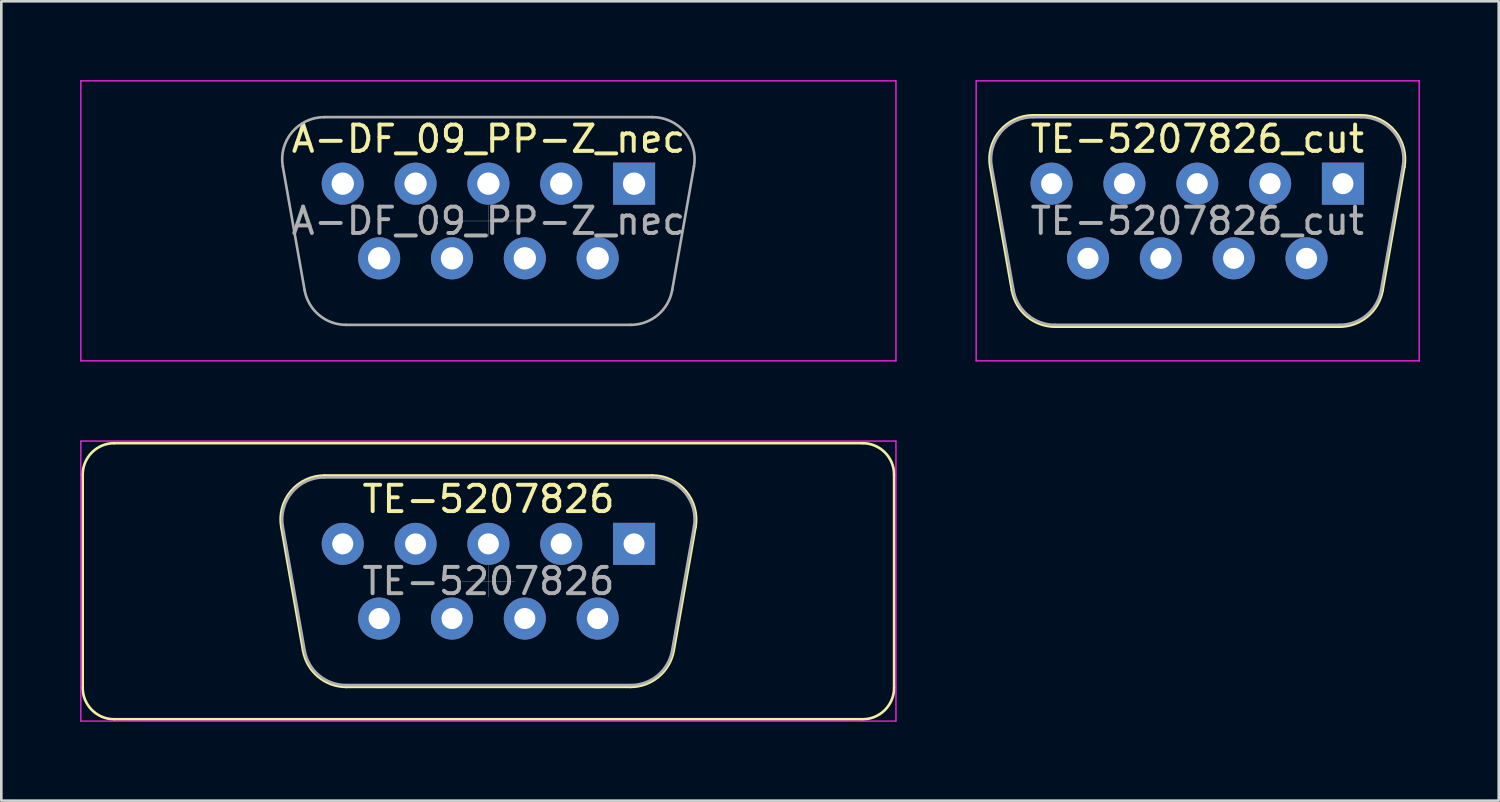
<source format=kicad_pcb>
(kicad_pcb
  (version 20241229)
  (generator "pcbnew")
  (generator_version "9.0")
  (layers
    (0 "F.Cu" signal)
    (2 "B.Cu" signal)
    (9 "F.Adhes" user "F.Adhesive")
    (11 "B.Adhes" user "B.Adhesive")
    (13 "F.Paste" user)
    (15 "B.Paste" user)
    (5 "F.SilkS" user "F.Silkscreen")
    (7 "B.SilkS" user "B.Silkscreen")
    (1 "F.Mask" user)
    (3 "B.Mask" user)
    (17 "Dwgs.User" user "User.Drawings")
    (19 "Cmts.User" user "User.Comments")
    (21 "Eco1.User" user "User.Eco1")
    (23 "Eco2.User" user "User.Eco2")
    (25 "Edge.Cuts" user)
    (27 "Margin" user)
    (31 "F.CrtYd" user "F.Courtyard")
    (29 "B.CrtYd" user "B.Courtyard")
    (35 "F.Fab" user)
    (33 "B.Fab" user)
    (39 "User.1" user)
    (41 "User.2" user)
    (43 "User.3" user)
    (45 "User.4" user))
  (footprint "TE-5207826"
    (layer "F.Cu")
    (at 15.525 19.055)
    (property "Reference" "TE-5207826" (at 0.003 -3.122 180) (layer "F.SilkS") (effects (font (size 1 1) (thickness 0.15))))
    (attr through_hole)
    (fp_line (start -15.43 4.05) (end -15.43 -4.05) (stroke (width 0.1) (type solid)) (layer "F.SilkS"))
    (fp_line (start -14.23 -5.25) (end 14.23 -5.25) (stroke (width 0.1) (type solid)) (layer "F.SilkS"))
    (fp_line (start -14.23 5.25) (end 14.23 5.25) (stroke (width 0.1) (type solid)) (layer "F.SilkS"))
    (fp_line (start -7.866 -2.062) (end -7.038 2.638) (stroke (width 0.12) (type solid)) (layer "F.SilkS"))
    (fp_line (start -6.232 -4.01) (end 6.232 -4.01) (stroke (width 0.12) (type solid)) (layer "F.SilkS"))
    (fp_line (start -5.403 4.01) (end 5.403 4.01) (stroke (width 0.12) (type solid)) (layer "F.SilkS"))
    (fp_line (start 7.866 -2.062) (end 7.038 2.638) (stroke (width 0.12) (type solid)) (layer "F.SilkS"))
    (fp_line (start 15.43 4.05) (end 15.43 -4.05) (stroke (width 0.1) (type solid)) (layer "F.SilkS"))
    (fp_arc (start -15.43 -4.05) (mid -15.078528 -4.898528) (end -14.23 -5.25) (stroke (width 0.1) (type solid)) (layer "F.SilkS"))
    (fp_arc (start -14.23 5.25) (mid -15.078528 4.898528) (end -15.43 4.05) (stroke (width 0.1) (type solid)) (layer "F.SilkS"))
    (fp_arc (start -7.86647 -2.061744) (mid -7.503323 -3.417028) (end -6.231689 -4.01) (stroke (width 0.12) (type solid)) (layer "F.SilkS"))
    (fp_arc (start -5.402952 4.01) (mid -6.469979 3.621634) (end -7.037733 2.638256) (stroke (width 0.12) (type solid)) (layer "F.SilkS"))
    (fp_arc (start 6.231689 -4.01) (mid 7.503323 -3.417027) (end 7.86647 -2.061744) (stroke (width 0.12) (type solid)) (layer "F.SilkS"))
    (fp_arc (start 7.037733 2.638256) (mid 6.46998 3.621634) (end 5.402952 4.01) (stroke (width 0.12) (type solid)) (layer "F.SilkS"))
    (fp_arc (start 14.23 -5.25) (mid 15.078528 -4.898528) (end 15.43 -4.05) (stroke (width 0.1) (type solid)) (layer "F.SilkS"))
    (fp_arc (start 15.43 4.05) (mid 15.078528 4.898528) (end 14.23 5.25) (stroke (width 0.1) (type solid)) (layer "F.SilkS"))
    (fp_line (start -1 0) (end 1 0) (stroke (width 0.01) (type solid)) (layer "Dwgs.User"))
    (fp_line (start 0 -0.6) (end 0 0.6) (stroke (width 0.01) (type solid)) (layer "Dwgs.User"))
    (fp_line (start -15.5 -5.33) (end -15.5 5.32) (stroke (width 0.05) (type solid)) (layer "F.CrtYd"))
    (fp_line (start -15.5 5.32) (end 15.5 5.32) (stroke (width 0.05) (type solid)) (layer "F.CrtYd"))
    (fp_line (start 15.5 -5.33) (end -15.5 -5.33) (stroke (width 0.05) (type solid)) (layer "F.CrtYd"))
    (fp_line (start 15.5 5.32) (end 15.5 -5.33) (stroke (width 0.05) (type solid)) (layer "F.CrtYd"))
    (fp_line (start -7.819 -2.072) (end -6.99 2.628) (stroke (width 0.1) (type solid)) (layer "F.Fab"))
    (fp_line (start -6.243 -3.95) (end 6.243 -3.95) (stroke (width 0.1) (type solid)) (layer "F.Fab"))
    (fp_line (start -5.414 3.95) (end 5.414 3.95) (stroke (width 0.1) (type solid)) (layer "F.Fab"))
    (fp_line (start 7.819 -2.072) (end 6.99 2.628) (stroke (width 0.1) (type solid)) (layer "F.Fab"))
    (fp_arc (start -7.818886 -2.072163) (mid -7.468865 -3.37846) (end -6.243194 -3.95) (stroke (width 0.1) (type solid)) (layer "F.Fab"))
    (fp_arc (start -5.414457 3.95) (mid -6.442917 3.575671) (end -6.990149 2.627837) (stroke (width 0.1) (type solid)) (layer "F.Fab"))
    (fp_arc (start 6.243194 -3.95) (mid 7.468865 -3.37846) (end 7.818886 -2.072163) (stroke (width 0.1) (type solid)) (layer "F.Fab"))
    (fp_arc (start 6.990149 2.627837) (mid 6.442917 3.575671) (end 5.414457 3.95) (stroke (width 0.1) (type solid)) (layer "F.Fab"))
    (fp_text user "${REFERENCE}" (at 0 0 180) (layer "F.Fab") (effects (font (size 1 1) (thickness 0.15))))
    (pad "1" thru_hole rect (at 5.54 -1.42) (size 1.6 1.6) (drill 0.8) (layers "*.Cu" "*.Mask"))
    (pad "2" thru_hole circle (at 2.77 -1.42) (size 1.6 1.6) (drill 0.8) (layers "*.Cu" "*.Mask"))
    (pad "3" thru_hole circle (at 0 -1.42) (size 1.6 1.6) (drill 0.8) (layers "*.Cu" "*.Mask"))
    (pad "4" thru_hole circle (at -2.77 -1.42) (size 1.6 1.6) (drill 0.8) (layers "*.Cu" "*.Mask"))
    (pad "5" thru_hole circle (at -5.54 -1.42) (size 1.6 1.6) (drill 0.8) (layers "*.Cu" "*.Mask"))
    (pad "6" thru_hole circle (at 4.155 1.42) (size 1.6 1.6) (drill 0.8) (layers "*.Cu" "*.Mask"))
    (pad "7" thru_hole circle (at 1.385 1.42) (size 1.6 1.6) (drill 0.8) (layers "*.Cu" "*.Mask"))
    (pad "8" thru_hole circle (at -1.385 1.42) (size 1.6 1.6) (drill 0.8) (layers "*.Cu" "*.Mask"))
    (pad "9" thru_hole circle (at -4.155 1.42) (size 1.6 1.6) (drill 0.8) (layers "*.Cu" "*.Mask")))
  (footprint "TE-5207826_cut"
    (layer "F.Cu")
    (at 42.485 5.355)
    (property "Reference" "TE-5207826_cut" (at 0.003 -3.122 180) (layer "F.SilkS") (effects (font (size 1 1) (thickness 0.15))))
    (attr through_hole)
    (fp_line (start -7.866 -2.062) (end -7.038 2.638) (stroke (width 0.12) (type solid)) (layer "F.SilkS"))
    (fp_line (start -6.232 -4.01) (end 6.232 -4.01) (stroke (width 0.12) (type solid)) (layer "F.SilkS"))
    (fp_line (start -5.403 4.01) (end 5.403 4.01) (stroke (width 0.12) (type solid)) (layer "F.SilkS"))
    (fp_line (start 7.866 -2.062) (end 7.038 2.638) (stroke (width 0.12) (type solid)) (layer "F.SilkS"))
    (fp_arc (start -7.86647 -2.061744) (mid -7.503323 -3.417028) (end -6.231689 -4.01) (stroke (width 0.12) (type solid)) (layer "F.SilkS"))
    (fp_arc (start -5.402952 4.01) (mid -6.469979 3.621634) (end -7.037733 2.638256) (stroke (width 0.12) (type solid)) (layer "F.SilkS"))
    (fp_arc (start 6.231689 -4.01) (mid 7.503323 -3.417027) (end 7.86647 -2.061744) (stroke (width 0.12) (type solid)) (layer "F.SilkS"))
    (fp_arc (start 7.037733 2.638256) (mid 6.46998 3.621634) (end 5.402952 4.01) (stroke (width 0.12) (type solid)) (layer "F.SilkS"))
    (fp_line (start -8.41 -5.33) (end -8.41 5.32) (stroke (width 0.05) (type solid)) (layer "F.CrtYd"))
    (fp_line (start -8.41 5.32) (end 8.44 5.32) (stroke (width 0.05) (type solid)) (layer "F.CrtYd"))
    (fp_line (start 8.44 -5.33) (end -8.41 -5.33) (stroke (width 0.05) (type solid)) (layer "F.CrtYd"))
    (fp_line (start 8.44 5.32) (end 8.44 -5.33) (stroke (width 0.05) (type solid)) (layer "F.CrtYd"))
    (fp_line (start -7.819 -2.072) (end -6.99 2.628) (stroke (width 0.1) (type solid)) (layer "F.Fab"))
    (fp_line (start -6.243 -3.95) (end 6.243 -3.95) (stroke (width 0.1) (type solid)) (layer "F.Fab"))
    (fp_line (start -5.414 3.95) (end 5.414 3.95) (stroke (width 0.1) (type solid)) (layer "F.Fab"))
    (fp_line (start 7.819 -2.072) (end 6.99 2.628) (stroke (width 0.1) (type solid)) (layer "F.Fab"))
    (fp_arc (start -7.818886 -2.072163) (mid -7.468865 -3.37846) (end -6.243194 -3.95) (stroke (width 0.1) (type solid)) (layer "F.Fab"))
    (fp_arc (start -5.414457 3.95) (mid -6.442917 3.575671) (end -6.990149 2.627837) (stroke (width 0.1) (type solid)) (layer "F.Fab"))
    (fp_arc (start 6.243194 -3.95) (mid 7.468865 -3.37846) (end 7.818886 -2.072163) (stroke (width 0.1) (type solid)) (layer "F.Fab"))
    (fp_arc (start 6.990149 2.627837) (mid 6.442917 3.575671) (end 5.414457 3.95) (stroke (width 0.1) (type solid)) (layer "F.Fab"))
    (fp_text user "${REFERENCE}" (at 0 0 180) (layer "F.Fab") (effects (font (size 1 1) (thickness 0.15))))
    (pad "1" thru_hole rect (at 5.54 -1.42) (size 1.6 1.6) (drill 0.8) (layers "*.Cu" "*.Mask"))
    (pad "2" thru_hole circle (at 2.77 -1.42) (size 1.6 1.6) (drill 0.8) (layers "*.Cu" "*.Mask"))
    (pad "3" thru_hole circle (at 0 -1.42) (size 1.6 1.6) (drill 0.8) (layers "*.Cu" "*.Mask"))
    (pad "4" thru_hole circle (at -2.77 -1.42) (size 1.6 1.6) (drill 0.8) (layers "*.Cu" "*.Mask"))
    (pad "5" thru_hole circle (at -5.54 -1.42) (size 1.6 1.6) (drill 0.8) (layers "*.Cu" "*.Mask"))
    (pad "6" thru_hole circle (at 4.155 1.42) (size 1.6 1.6) (drill 0.8) (layers "*.Cu" "*.Mask"))
    (pad "7" thru_hole circle (at 1.385 1.42) (size 1.6 1.6) (drill 0.8) (layers "*.Cu" "*.Mask"))
    (pad "8" thru_hole circle (at -1.385 1.42) (size 1.6 1.6) (drill 0.8) (layers "*.Cu" "*.Mask"))
    (pad "9" thru_hole circle (at -4.155 1.42) (size 1.6 1.6) (drill 0.8) (layers "*.Cu" "*.Mask")))
  (footprint "A-DF_09_PP-Z_nec"
    (layer "F.Cu")
    (at 21.065 3.935)
    (property "Reference" "A-DF_09_PP-Z_nec" (at -5.537 -1.702 180) (layer "F.SilkS") (effects (font (size 1 1) (thickness 0.15))))
    (attr through_hole)
    (fp_line (start -6.54 1.42) (end -4.54 1.42) (stroke (width 0.01) (type solid)) (layer "Dwgs.User"))
    (fp_line (start -5.54 0.82) (end -5.54 2.02) (stroke (width 0.01) (type solid)) (layer "Dwgs.User"))
    (fp_line (start -21.04 -3.91) (end -21.04 6.74) (stroke (width 0.05) (type solid)) (layer "F.CrtYd"))
    (fp_line (start -21.04 6.74) (end 9.96 6.74) (stroke (width 0.05) (type solid)) (layer "F.CrtYd"))
    (fp_line (start 9.96 -3.91) (end -21.04 -3.91) (stroke (width 0.05) (type solid)) (layer "F.CrtYd"))
    (fp_line (start 9.96 6.74) (end 9.96 -3.91) (stroke (width 0.05) (type solid)) (layer "F.CrtYd"))
    (fp_line (start -13.359 -0.652) (end -12.53 4.048) (stroke (width 0.1) (type solid)) (layer "F.Fab"))
    (fp_line (start -11.783 -2.53) (end 0.703 -2.53) (stroke (width 0.1) (type solid)) (layer "F.Fab"))
    (fp_line (start -10.954 5.37) (end -0.126 5.37) (stroke (width 0.1) (type solid)) (layer "F.Fab"))
    (fp_line (start 2.279 -0.652) (end 1.45 4.048) (stroke (width 0.1) (type solid)) (layer "F.Fab"))
    (fp_arc (start -13.358886 -0.652163) (mid -13.008865 -1.95846) (end -11.783194 -2.53) (stroke (width 0.1) (type solid)) (layer "F.Fab"))
    (fp_arc (start -10.954457 5.37) (mid -11.982917 4.995671) (end -12.530149 4.047837) (stroke (width 0.1) (type solid)) (layer "F.Fab"))
    (fp_arc (start 0.703194 -2.53) (mid 1.928865 -1.95846) (end 2.278886 -0.652163) (stroke (width 0.1) (type solid)) (layer "F.Fab"))
    (fp_arc (start 1.450149 4.047837) (mid 0.902917 4.995671) (end -0.125543 5.37) (stroke (width 0.1) (type solid)) (layer "F.Fab"))
    (fp_text user "${REFERENCE}" (at -5.54 1.42 180) (layer "F.Fab") (effects (font (size 1 1) (thickness 0.15))))
    (pad "1" thru_hole rect (at 0 0) (size 1.6 1.6) (drill 0.85) (layers "*.Cu" "*.Mask"))
    (pad "2" thru_hole circle (at -2.77 0) (size 1.6 1.6) (drill 0.85) (layers "*.Cu" "*.Mask"))
    (pad "3" thru_hole circle (at -5.54 0) (size 1.6 1.6) (drill 0.85) (layers "*.Cu" "*.Mask"))
    (pad "4" thru_hole circle (at -8.31 0) (size 1.6 1.6) (drill 0.85) (layers "*.Cu" "*.Mask"))
    (pad "5" thru_hole circle (at -11.08 0) (size 1.6 1.6) (drill 0.85) (layers "*.Cu" "*.Mask"))
    (pad "6" thru_hole circle (at -1.385 2.84) (size 1.6 1.6) (drill 0.85) (layers "*.Cu" "*.Mask"))
    (pad "7" thru_hole circle (at -4.155 2.84) (size 1.6 1.6) (drill 0.85) (layers "*.Cu" "*.Mask"))
    (pad "8" thru_hole circle (at -6.925 2.84) (size 1.6 1.6) (drill 0.85) (layers "*.Cu" "*.Mask"))
    (pad "9" thru_hole circle (at -9.695 2.84) (size 1.6 1.6) (drill 0.85) (layers "*.Cu" "*.Mask")))
  (gr_rect
    (start -3 -3)
    (end 53.95 27.4)
    (stroke (width 0.1) (type default))
    (fill no)
    (layer "Edge.Cuts")))
</source>
